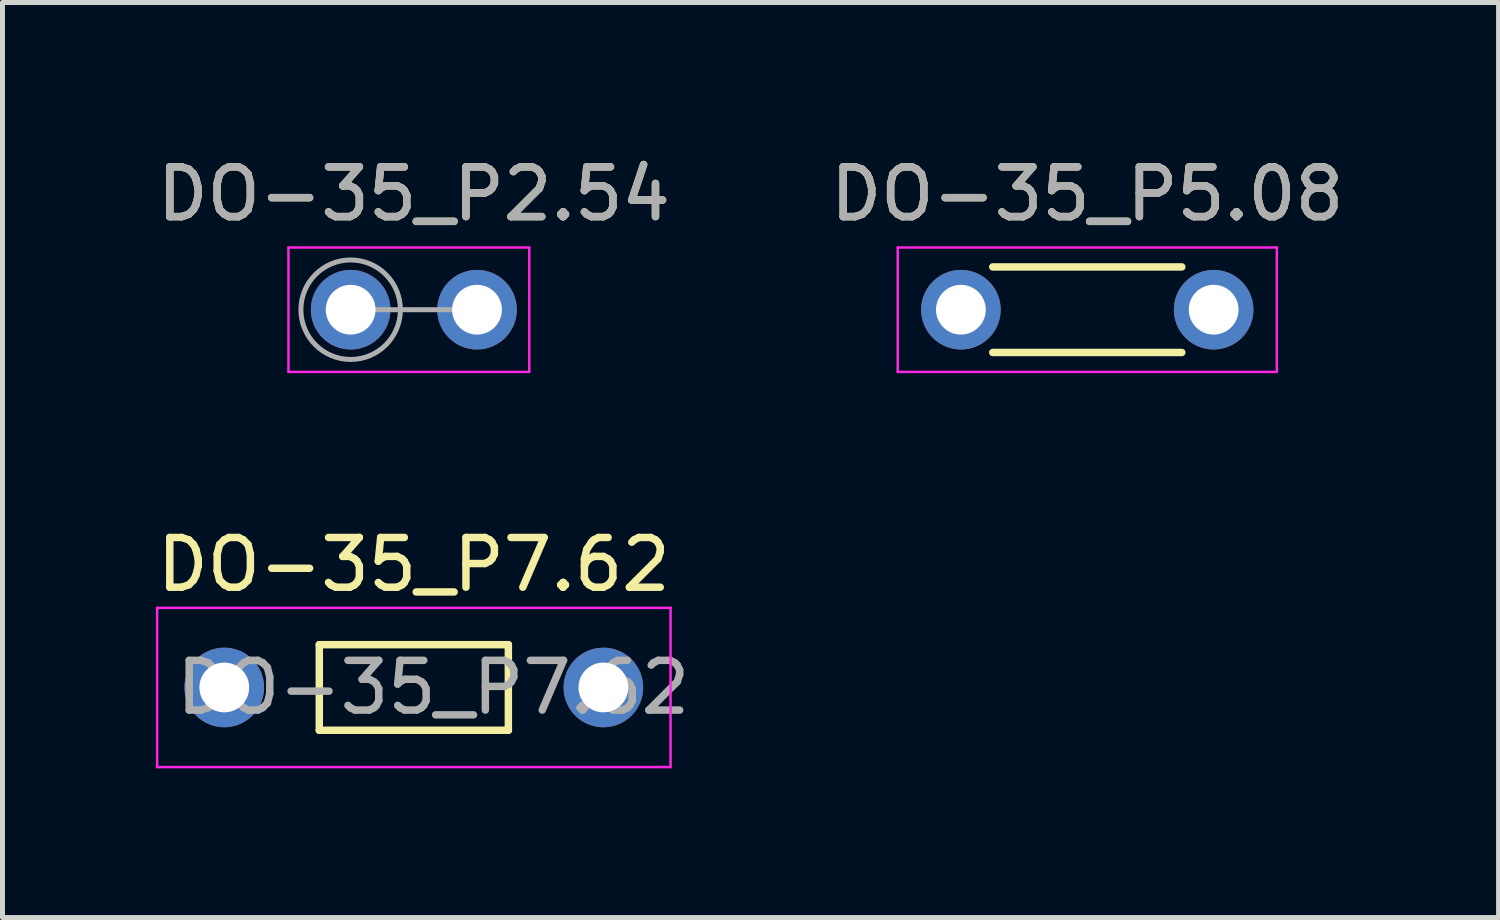
<source format=kicad_pcb>
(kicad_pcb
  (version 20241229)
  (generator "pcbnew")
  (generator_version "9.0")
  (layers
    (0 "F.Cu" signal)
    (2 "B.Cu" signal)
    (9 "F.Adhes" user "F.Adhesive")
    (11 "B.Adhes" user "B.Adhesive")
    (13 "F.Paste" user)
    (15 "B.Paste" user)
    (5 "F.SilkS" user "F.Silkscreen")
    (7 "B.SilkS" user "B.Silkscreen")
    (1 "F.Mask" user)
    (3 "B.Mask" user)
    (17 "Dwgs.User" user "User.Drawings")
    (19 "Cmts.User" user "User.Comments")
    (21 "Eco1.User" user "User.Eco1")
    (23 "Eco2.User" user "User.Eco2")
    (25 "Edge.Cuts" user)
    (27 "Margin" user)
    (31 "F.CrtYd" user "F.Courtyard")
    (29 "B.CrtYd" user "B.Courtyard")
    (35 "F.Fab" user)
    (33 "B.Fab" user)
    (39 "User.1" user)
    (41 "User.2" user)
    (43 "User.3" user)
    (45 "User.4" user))
  (footprint "DO-35_P5.08"
    (layer "F.Cu")
    (at 18.804 3.175)
    (property "Reference" "DO-35_P5.08" (at 0 -2.326 0) (layer "F.SilkS") (effects (font (size 1 1) (thickness 0.15))))
    (attr through_hole)
    (fp_line (start -1.9 -0.86) (end 1.9 -0.86) (stroke (width 0.15) (type solid)) (layer "F.SilkS"))
    (fp_line (start 1.9 0.86) (end -1.9 0.86) (stroke (width 0.15) (type solid)) (layer "F.SilkS"))
    (fp_line (start -3.81 -1.25) (end -3.81 1.25) (stroke (width 0.05) (type solid)) (layer "F.CrtYd"))
    (fp_line (start -3.81 1.25) (end 3.81 1.25) (stroke (width 0.05) (type solid)) (layer "F.CrtYd"))
    (fp_line (start 3.81 -1.25) (end -3.81 -1.25) (stroke (width 0.05) (type solid)) (layer "F.CrtYd"))
    (fp_line (start 3.81 1.25) (end 3.81 -1.25) (stroke (width 0.05) (type solid)) (layer "F.CrtYd"))
    (fp_text user "${REFERENCE}" (at 0 -2.326 0) (layer "F.Fab") (effects (font (size 1 1) (thickness 0.15))))
    (pad "1" thru_hole circle (at -2.54 0) (size 1.6 1.6) (drill 1) (layers "*.Cu" "*.Mask"))
    (pad "2" thru_hole oval (at 2.54 0) (size 1.6 1.6) (drill 1) (layers "*.Cu" "*.Mask")))
  (footprint "DO-35_P2.54"
    (layer "F.Cu")
    (at 5.268 3.175)
    (property "Reference" "DO-35_P2.54" (at 0 -2.326 0) (layer "F.SilkS") (effects (font (size 1 1) (thickness 0.15))))
    (attr through_hole)
    (fp_line (start -2.52 -1.25) (end -2.52 1.25) (stroke (width 0.05) (type solid)) (layer "F.CrtYd"))
    (fp_line (start -2.52 1.25) (end 2.32 1.25) (stroke (width 0.05) (type solid)) (layer "F.CrtYd"))
    (fp_line (start 2.32 -1.25) (end -2.52 -1.25) (stroke (width 0.05) (type solid)) (layer "F.CrtYd"))
    (fp_line (start 2.32 1.25) (end 2.32 -1.25) (stroke (width 0.05) (type solid)) (layer "F.CrtYd"))
    (fp_line (start -1.27 0) (end 1.27 0) (stroke (width 0.1) (type solid)) (layer "F.Fab"))
    (fp_circle (center -1.27 0) (end -0.27 0) (stroke (width 0.1) (type solid)) (fill no) (layer "F.Fab"))
    (fp_text user "${REFERENCE}" (at 0 -2.326 0) (layer "F.Fab") (effects (font (size 1 1) (thickness 0.15))))
    (pad "1" thru_hole circle (at -1.27 0) (size 1.6 1.6) (drill 1) (layers "*.Cu" "*.Mask"))
    (pad "2" thru_hole oval (at 1.27 0) (size 1.6 1.6) (drill 1) (layers "*.Cu" "*.Mask")))
  (footprint "DO-35_P7.62"
    (layer "F.Cu")
    (at 5.268 10.768)
    (property "Reference" "DO-35_P7.62" (at 0 -2.47 0) (layer "F.SilkS") (effects (font (size 1 1) (thickness 0.15))))
    (attr through_hole)
    (fp_line (start -1.9 -0.86) (end -1.9 0.86) (stroke (width 0.15) (type solid)) (layer "F.SilkS"))
    (fp_line (start -1.9 0.86) (end 1.9 0.86) (stroke (width 0.15) (type solid)) (layer "F.SilkS"))
    (fp_line (start 1.9 -0.86) (end -1.9 -0.86) (stroke (width 0.15) (type solid)) (layer "F.SilkS"))
    (fp_line (start 1.9 0.86) (end 1.9 -0.86) (stroke (width 0.15) (type solid)) (layer "F.SilkS"))
    (fp_line (start -5.16 -1.6) (end -5.16 1.6) (stroke (width 0.05) (type solid)) (layer "F.CrtYd"))
    (fp_line (start -5.16 1.6) (end 5.16 1.6) (stroke (width 0.05) (type solid)) (layer "F.CrtYd"))
    (fp_line (start 5.16 -1.6) (end -5.16 -1.6) (stroke (width 0.05) (type solid)) (layer "F.CrtYd"))
    (fp_line (start 5.16 1.6) (end 5.16 -1.6) (stroke (width 0.05) (type solid)) (layer "F.CrtYd"))
    (fp_text user "${REFERENCE}" (at 0.39 0 0) (layer "F.Fab") (effects (font (size 1 1) (thickness 0.15))))
    (pad "1" thru_hole circle (at -3.81 0) (size 1.6 1.6) (drill 1) (layers "*.Cu" "*.Mask"))
    (pad "2" thru_hole circle (at 3.81 0) (size 1.6 1.6) (drill 1) (layers "*.Cu" "*.Mask")))
  (gr_rect
    (start -3 -3)
    (end 27.071 15.393)
    (stroke (width 0.1) (type default))
    (fill no)
    (layer "Edge.Cuts")))
</source>
